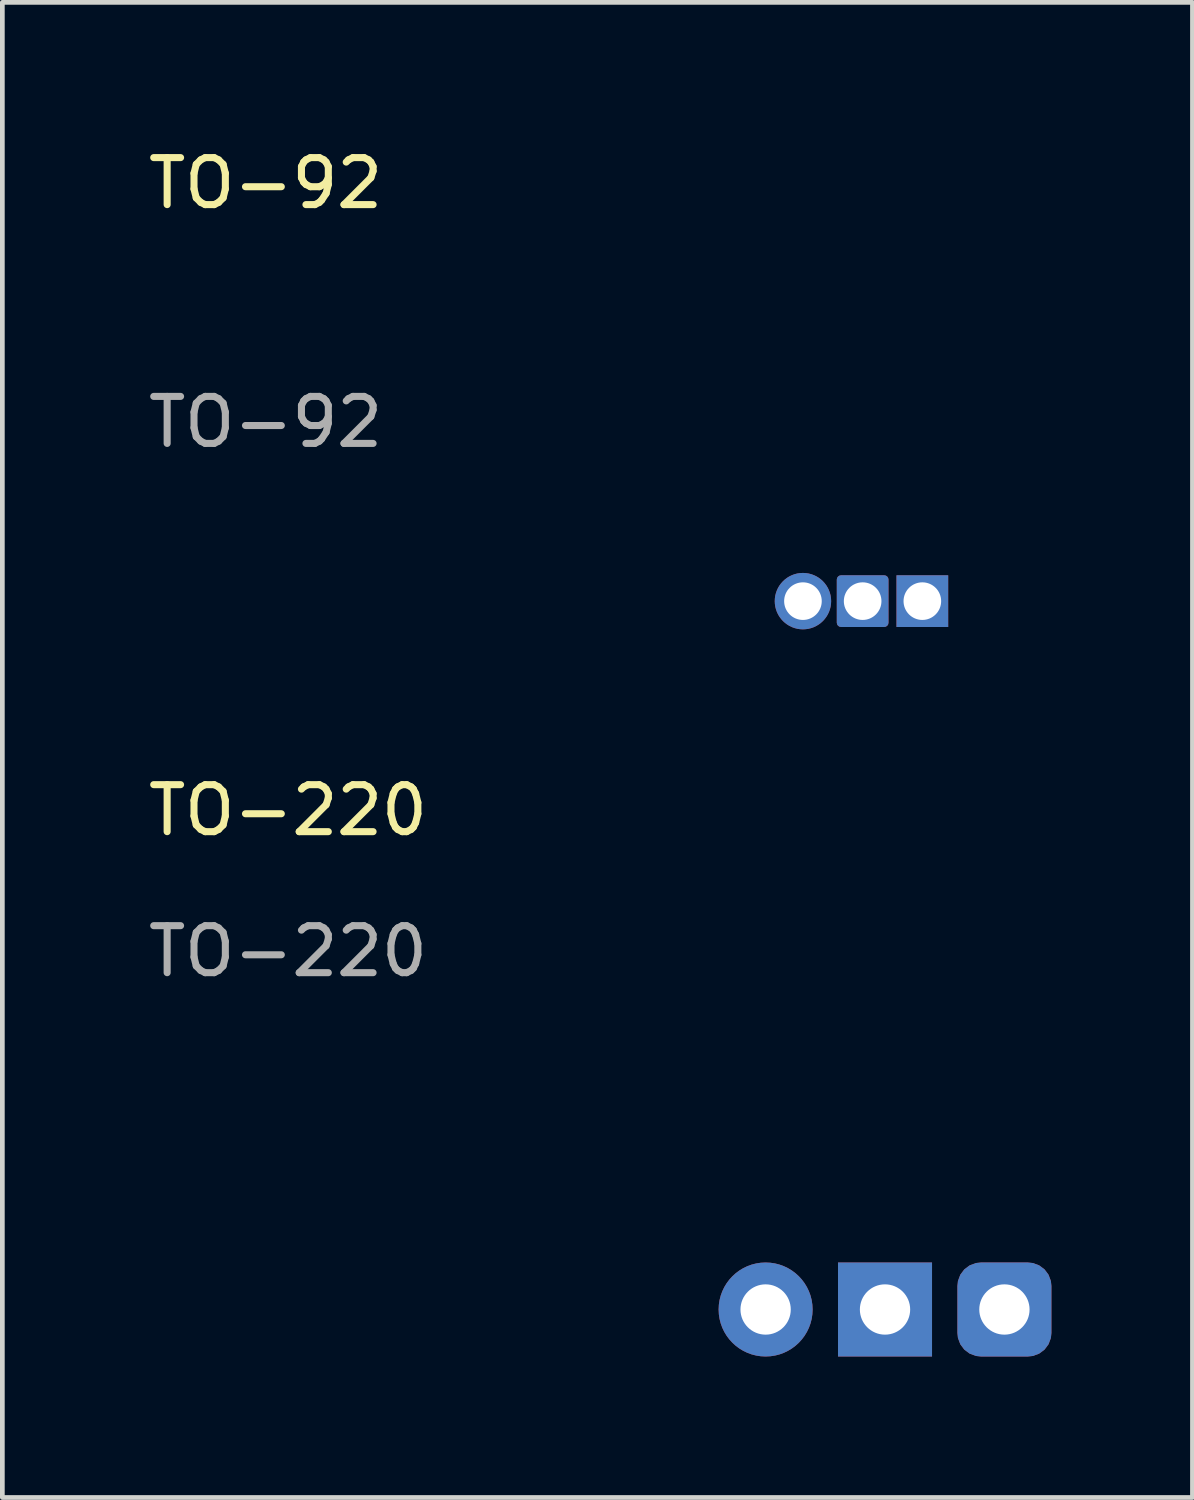
<source format=kicad_pcb>
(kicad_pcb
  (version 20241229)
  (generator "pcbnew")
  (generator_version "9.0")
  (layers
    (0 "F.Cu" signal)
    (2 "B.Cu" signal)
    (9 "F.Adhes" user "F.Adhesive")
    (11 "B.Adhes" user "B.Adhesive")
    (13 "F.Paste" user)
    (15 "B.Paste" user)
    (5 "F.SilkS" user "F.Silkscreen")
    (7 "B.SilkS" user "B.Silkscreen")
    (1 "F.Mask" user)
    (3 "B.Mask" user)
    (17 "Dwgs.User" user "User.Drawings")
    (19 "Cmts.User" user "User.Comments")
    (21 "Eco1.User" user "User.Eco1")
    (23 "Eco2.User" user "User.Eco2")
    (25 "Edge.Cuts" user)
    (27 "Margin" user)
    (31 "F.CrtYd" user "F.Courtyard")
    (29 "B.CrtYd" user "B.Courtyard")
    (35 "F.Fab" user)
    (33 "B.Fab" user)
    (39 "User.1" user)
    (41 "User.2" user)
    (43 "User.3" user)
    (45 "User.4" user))
  (footprint "TO-220"
    (layer "F.Cu")
    (at 10.697 22.267)
    (property "Reference" "TO-220" (at -7.62 -8.08 0) (unlocked yes) (layer "F.SilkS") (effects (font (size 1 1) (thickness 0.15))))
    (attr through_hole)
    (fp_text user "${REFERENCE}" (at -7.62 -5.08 0) (unlocked yes) (layer "F.Fab") (effects (font (size 1 1) (thickness 0.15))))
    (pad "1" thru_hole circle (at 2.54 2.54) (size 2 2) (drill 1.07) (layers "*.Cu" "*.Mask"))
    (pad "2" thru_hole roundrect (at 7.62 2.54) (size 2 2) (drill 1.07) (layers "*.Cu" "*.Mask") (roundrect_rratio 0.25))
    (pad "3" thru_hole rect (at 5.08 2.54) (size 2 2) (drill 1.07) (layers "*.Cu" "*.Mask")))
  (footprint "TO-92"
    (layer "F.Cu")
    (at 12.761 8.468)
    (property "Reference" "TO-92" (at -10.16 -7.62 0) (unlocked yes) (layer "F.SilkS") (effects (font (size 1 1) (thickness 0.15))))
    (attr through_hole)
    (fp_text user "${REFERENCE}" (at -10.16 -2.54 0) (unlocked yes) (layer "F.Fab") (effects (font (size 1 1) (thickness 0.15))))
    (pad "1" thru_hole circle (at 1.27 1.27) (size 1.2 1.2) (drill 0.8) (layers "*.Cu" "*.Mask"))
    (pad "2" thru_hole roundrect (at 2.54 1.27) (size 1.1 1.1) (drill 0.8) (layers "*.Cu" "*.Mask") (roundrect_rratio 0.083))
    (pad "3" thru_hole rect (at 3.81 1.27) (size 1.1 1.1) (drill 0.8) (layers "*.Cu" "*.Mask")))
  (gr_rect
    (start -3 -3)
    (end 22.317 28.806)
    (stroke (width 0.1) (type default))
    (fill no)
    (layer "Edge.Cuts")))
</source>
